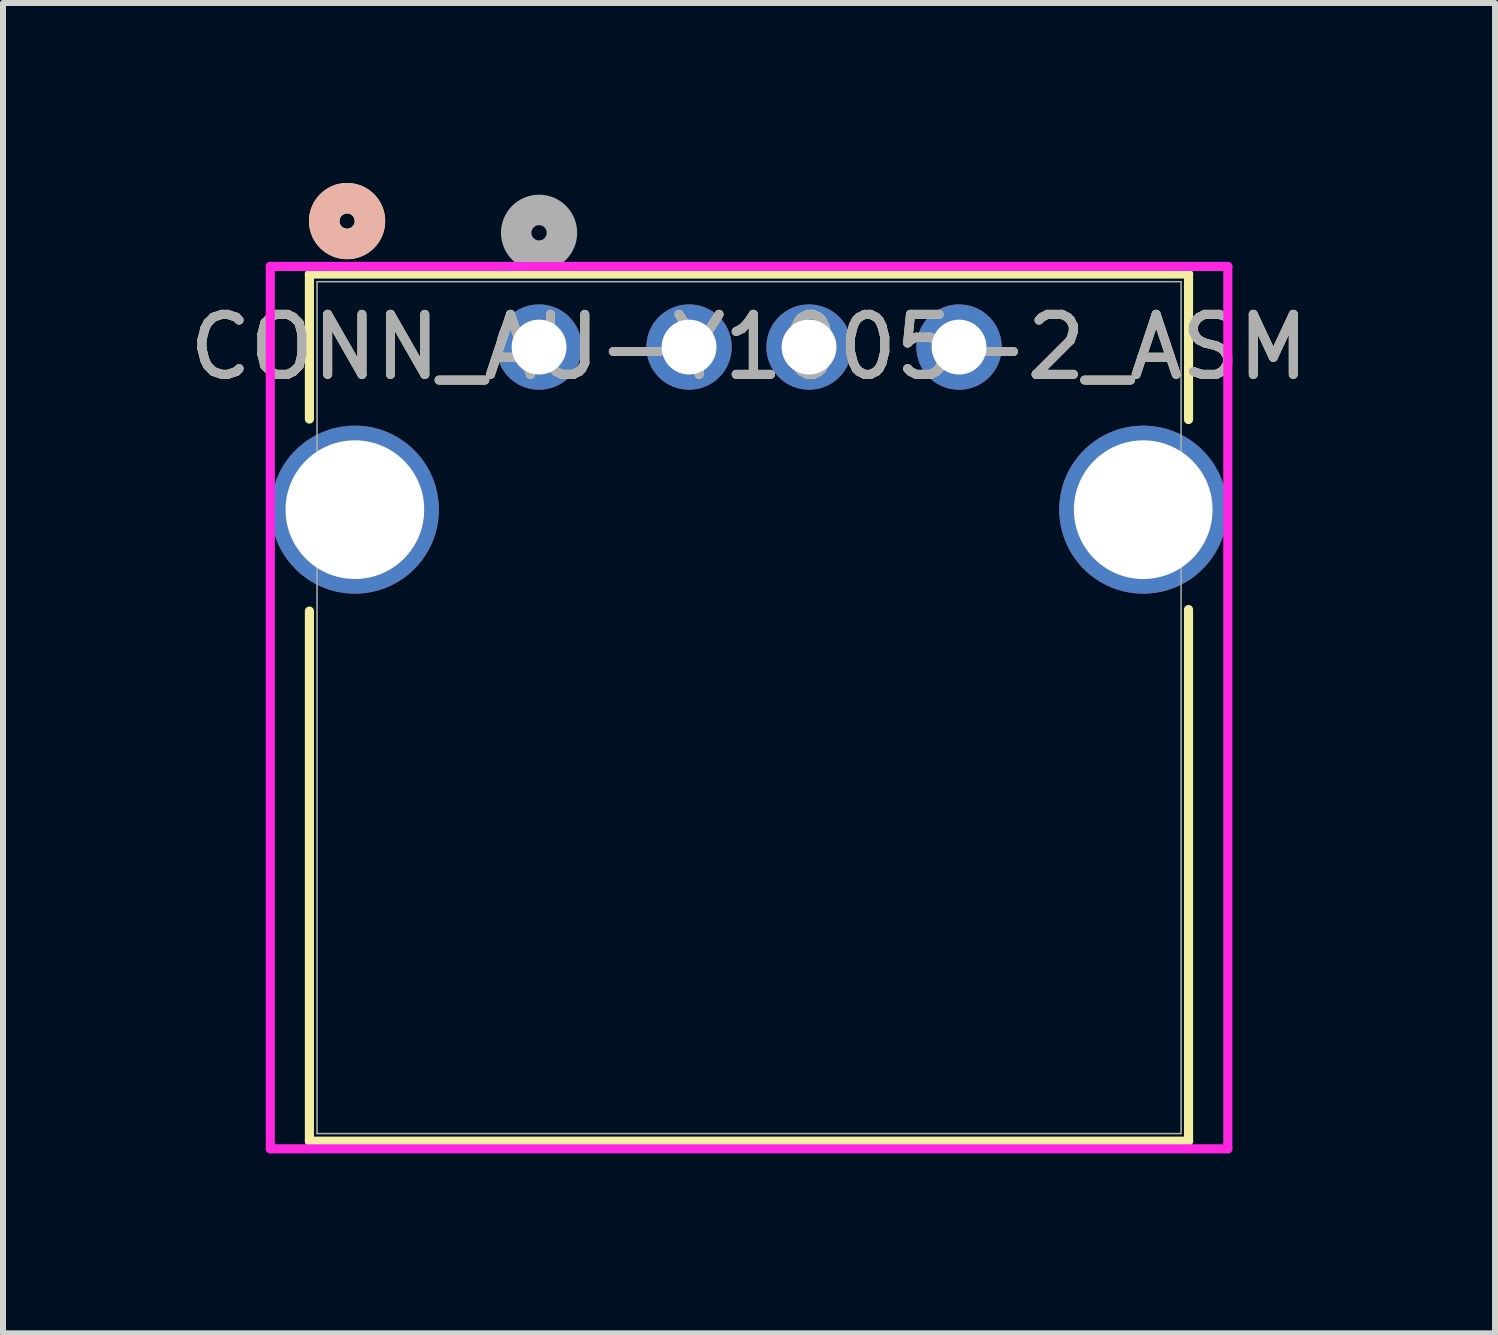
<source format=kicad_pcb>
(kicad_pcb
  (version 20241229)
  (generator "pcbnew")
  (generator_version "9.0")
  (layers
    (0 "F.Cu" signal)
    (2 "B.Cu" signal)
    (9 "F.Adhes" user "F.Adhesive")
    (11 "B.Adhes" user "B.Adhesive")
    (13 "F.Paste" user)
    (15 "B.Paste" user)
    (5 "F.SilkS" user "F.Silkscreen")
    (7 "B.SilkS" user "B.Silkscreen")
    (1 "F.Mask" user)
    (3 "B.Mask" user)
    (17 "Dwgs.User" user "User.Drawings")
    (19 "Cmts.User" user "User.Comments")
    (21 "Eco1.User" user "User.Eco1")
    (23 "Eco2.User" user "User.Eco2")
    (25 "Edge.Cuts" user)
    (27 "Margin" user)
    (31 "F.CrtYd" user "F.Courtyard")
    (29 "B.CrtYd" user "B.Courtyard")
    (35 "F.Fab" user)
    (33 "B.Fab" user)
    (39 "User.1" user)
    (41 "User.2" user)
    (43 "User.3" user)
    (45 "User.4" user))
  (footprint "CONN_AU-Y1005-2_ASM"
    (layer "F.Cu")
    (at 5.935 2.735)
    (property "Reference" "CONN_AU-Y1005-2_ASM" (at 3.5 0 0) (unlocked yes) (layer "F.SilkS") (effects (font (size 1 1) (thickness 0.15))))
    (attr through_hole)
    (fp_line (start -3.828 -1.217) (end -3.828 1.2) (stroke (width 0.152) (type solid)) (layer "F.SilkS"))
    (fp_line (start -3.828 4.4) (end -3.828 13.236) (stroke (width 0.152) (type solid)) (layer "F.SilkS"))
    (fp_line (start -3.828 13.236) (end 10.828 13.236) (stroke (width 0.152) (type solid)) (layer "F.SilkS"))
    (fp_line (start 10.825 -1.208) (end 10.825 1.208) (stroke (width 0.152) (type solid)) (layer "F.SilkS"))
    (fp_line (start 10.825 4.375) (end 10.825 13.211) (stroke (width 0.152) (type solid)) (layer "F.SilkS"))
    (fp_line (start 10.828 -1.217) (end -3.828 -1.217) (stroke (width 0.152) (type solid)) (layer "F.SilkS"))
    (fp_circle (center -3.2 -2.1) (end -2.819 -2.1) (stroke (width 0.508) (type solid)) (fill no) (layer "F.SilkS"))
    (fp_circle (center -3.2 -2.1) (end -2.819 -2.1) (stroke (width 0.508) (type solid)) (fill no) (layer "B.SilkS"))
    (fp_line (start -4.48 -1.344) (end -4.48 13.363) (stroke (width 0.152) (type solid)) (layer "F.CrtYd"))
    (fp_line (start -4.48 13.363) (end 11.48 13.363) (stroke (width 0.152) (type solid)) (layer "F.CrtYd"))
    (fp_line (start 11.48 -1.344) (end -4.48 -1.344) (stroke (width 0.152) (type solid)) (layer "F.CrtYd"))
    (fp_line (start 11.48 13.363) (end 11.48 -1.344) (stroke (width 0.152) (type solid)) (layer "F.CrtYd"))
    (fp_line (start -3.701 -1.09) (end -3.701 13.109) (stroke (width 0.025) (type solid)) (layer "F.Fab"))
    (fp_line (start -3.701 13.109) (end 10.701 13.109) (stroke (width 0.025) (type solid)) (layer "F.Fab"))
    (fp_line (start 10.701 -1.09) (end -3.701 -1.09) (stroke (width 0.025) (type solid)) (layer "F.Fab"))
    (fp_line (start 10.701 13.109) (end 10.701 -1.09) (stroke (width 0.025) (type solid)) (layer "F.Fab"))
    (fp_circle (center 0 -1.905) (end 0.381 -1.905) (stroke (width 0.508) (type solid)) (fill no) (layer "F.Fab"))
    (fp_text user "${REFERENCE}" (at 3.5 0 0) (unlocked yes) (layer "F.Fab") (effects (font (size 1 1) (thickness 0.15))))
    (pad "1" thru_hole circle (at 0 0) (size 1.422 1.422) (drill 0.914) (layers "*.Cu" "*.Mask"))
    (pad "2" thru_hole circle (at 2.5 0) (size 1.422 1.422) (drill 0.914) (layers "*.Cu" "*.Mask"))
    (pad "3" thru_hole circle (at 4.5 0) (size 1.422 1.422) (drill 0.914) (layers "*.Cu" "*.Mask"))
    (pad "4" thru_hole circle (at -3.07 2.71) (size 2.8 2.8) (drill 2.311) (layers "*.Cu" "*.Mask"))
    (pad "4" thru_hole circle (at 7 0) (size 1.422 1.422) (drill 0.914) (layers "*.Cu" "*.Mask"))
    (pad "4" thru_hole circle (at 10.07 2.71) (size 2.8 2.8) (drill 2.311) (layers "*.Cu" "*.Mask")))
  (gr_rect
    (start -3 -3)
    (end 21.869 19.174)
    (stroke (width 0.1) (type default))
    (fill no)
    (layer "Edge.Cuts")))
</source>
